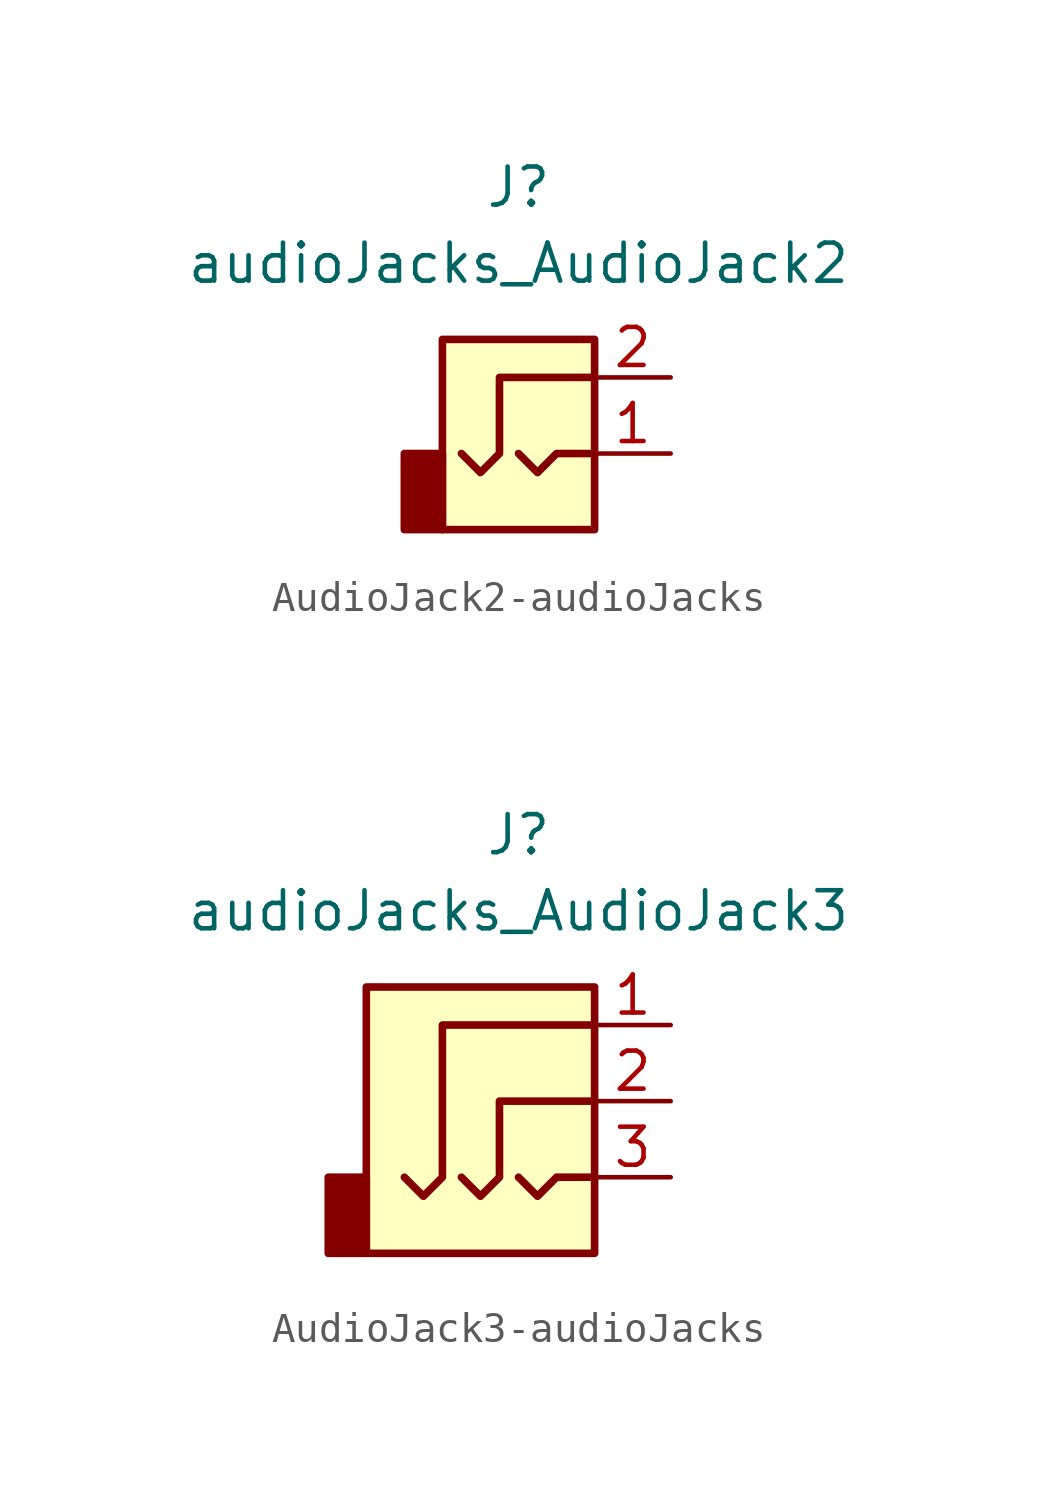
<source format=kicad_sym>
(kicad_symbol_lib
  (version 20231120)
  (generator "kicad_symbol_editor")
  (generator_version "8.0")
  (symbol "AudioJack2-audioJacks"
    (property "Reference" "J"
      (at 0 8.89 0)
      (effects (font (size 1.27 1.27))))
    (property "Value" "audioJacks_AudioJack2"
      (at 0 6.35 0)
      (effects (font (size 1.27 1.27))))
    (symbol "AudioJack2-audioJacks_0_1"
      (rectangle (start -3.81 0) (end -2.54 -2.54) (stroke (width 0.254) (type solid)) (fill (type outline)))
      (rectangle (start -2.54 3.81) (end 2.54 -2.54) (stroke (width 0.254) (type solid)) (fill (type background)))
      (polyline (pts (xy 0 0) (xy 0.635 -0.635) (xy 1.27 0) (xy 2.54 0)) (stroke (width 0.254) (type solid)) (fill (type none)))
      (polyline (pts (xy 2.54 2.54) (xy -0.635 2.54) (xy -0.635 0) (xy -1.27 -0.635) (xy -1.905 0)) (stroke (width 0.254) (type solid)) (fill (type none))))
    (symbol "AudioJack2-audioJacks_1_1"
      (pin passive line (at 5.08 0 180) (length 2.54) (name "~" (effects (font (size 1.27 1.27)))) (number "1" (effects (font (size 1.27 1.27)))))
      (pin passive line (at 5.08 2.54 180) (length 2.54) (name "~" (effects (font (size 1.27 1.27)))) (number "2" (effects (font (size 1.27 1.27)))))))
  (symbol "AudioJack3-audioJacks"
    (property "Reference" "J"
      (at 0 8.89 0)
      (effects (font (size 1.27 1.27))))
    (property "Value" "audioJacks_AudioJack3"
      (at 0 6.35 0)
      (effects (font (size 1.27 1.27))))
    (symbol "AudioJack3-audioJacks_0_1"
      (rectangle (start -5.08 -5.08) (end -6.35 -2.54) (stroke (width 0.254) (type solid)) (fill (type outline)))
      (polyline (pts (xy 0 -2.54) (xy 0.635 -3.175) (xy 1.27 -2.54) (xy 2.54 -2.54)) (stroke (width 0.254) (type solid)) (fill (type none)))
      (polyline (pts (xy -1.905 -2.54) (xy -1.27 -3.175) (xy -0.635 -2.54) (xy -0.635 0) (xy 2.54 0)) (stroke (width 0.254) (type solid)) (fill (type none)))
      (polyline (pts (xy 2.54 2.54) (xy -2.54 2.54) (xy -2.54 -2.54) (xy -3.175 -3.175) (xy -3.81 -2.54)) (stroke (width 0.254) (type solid)) (fill (type none)))
      (rectangle (start 2.54 3.81) (end -5.08 -5.08) (stroke (width 0.254) (type solid)) (fill (type background))))
    (symbol "AudioJack3-audioJacks_1_1"
      (pin passive line (at 5.08 2.54 180) (length 2.54) (name "~" (effects (font (size 1.27 1.27)))) (number "1" (effects (font (size 1.27 1.27)))))
      (pin passive line (at 5.08 0 180) (length 2.54) (name "~" (effects (font (size 1.27 1.27)))) (number "2" (effects (font (size 1.27 1.27)))))
      (pin passive line (at 5.08 -2.54 180) (length 2.54) (name "~" (effects (font (size 1.27 1.27)))) (number "3" (effects (font (size 1.27 1.27))))))))
</source>
